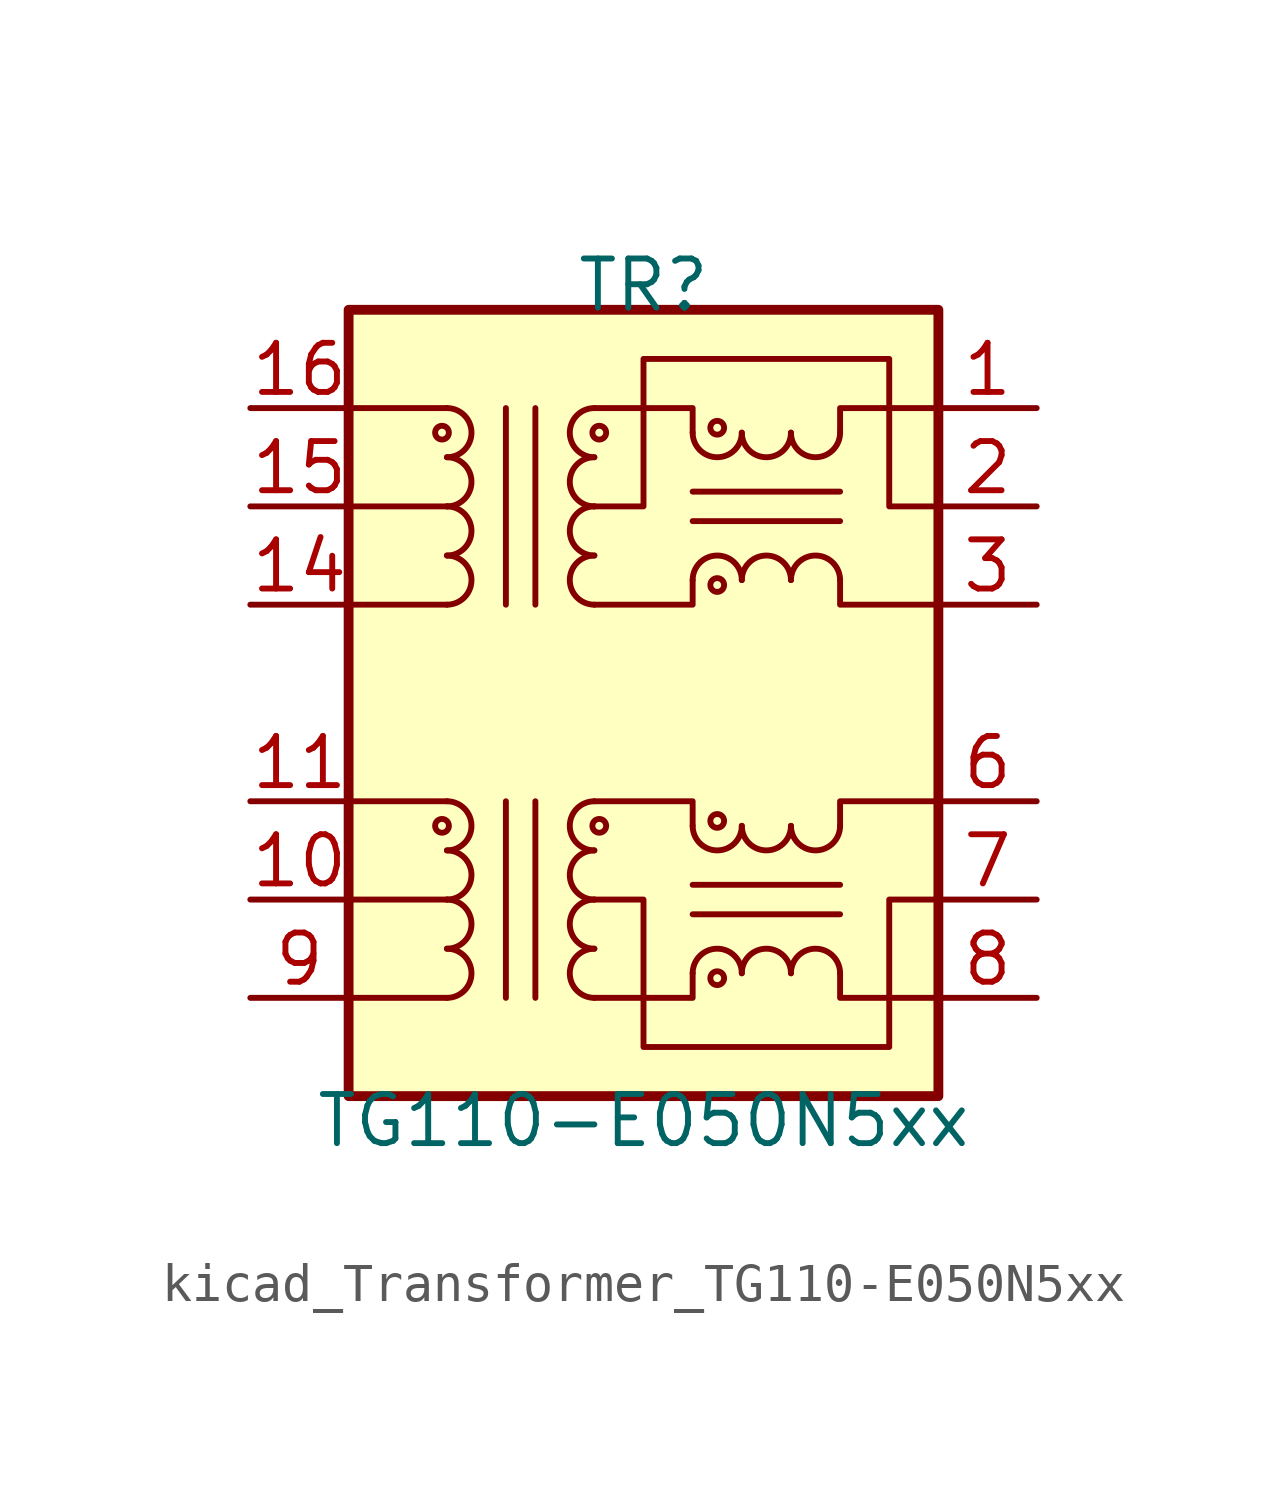
<source format=kicad_sym>
(kicad_symbol_lib
  (version 20220914)
  (generator kicad_symbol_editor)
  (symbol "kicad_Transformer_TG110-E050N5xx"
    (pin_names hide)
    (property "Reference" "TR"
      (at 0 10.795 0)
      (effects (font (size 1.27 1.27))))
    (property "Value" "TG110-E050N5xx"
      (at 0 -10.795 0)
      (effects (font (size 1.27 1.27))))
    (symbol "kicad_Transformer_TG110-E050N5xx_0_1"
      (rectangle (start -7.62 10.16) (end 7.62 -10.16) (stroke (width 0.254) (type default)) (fill (type background)))
      (circle (center -5.207 -3.175) (radius 0.178) (stroke (width 0) (type default)) (fill (type none)))
      (arc (start -5.08 -3.81) (mid -4.4477 -3.175) (end -5.08 -2.54) (stroke (width 0) (type default)) (fill (type none)))
      (polyline (pts (xy -5.08 -7.62) (xy -7.62 -7.62)) (stroke (width 0) (type default)) (fill (type none)))
      (polyline (pts (xy -5.08 -5.08) (xy -7.62 -5.08)) (stroke (width 0) (type default)) (fill (type none)))
      (polyline (pts (xy -5.08 -2.54) (xy -7.62 -2.54)) (stroke (width 0) (type default)) (fill (type none)))
      (polyline (pts (xy -3.556 -7.62) (xy -3.556 -2.54)) (stroke (width 0) (type default)) (fill (type none)))
      (polyline (pts (xy -3.556 7.62) (xy -3.556 2.54)) (stroke (width 0) (type default)) (fill (type none)))
      (polyline (pts (xy -2.794 -2.54) (xy -2.794 -7.62)) (stroke (width 0) (type default)) (fill (type none)))
      (polyline (pts (xy -2.794 2.54) (xy -2.794 7.62)) (stroke (width 0) (type default)) (fill (type none)))
      (polyline (pts (xy 1.27 -5.461) (xy 5.08 -5.461)) (stroke (width 0) (type default)) (fill (type none)))
      (polyline (pts (xy 1.27 -4.699) (xy 5.08 -4.699)) (stroke (width 0) (type default)) (fill (type none)))
      (polyline (pts (xy -1.27 -7.62) (xy 1.27 -7.62) (xy 1.27 -6.985)) (stroke (width 0) (type default)) (fill (type none)))
      (polyline (pts (xy 1.27 -3.175) (xy 1.27 -2.54) (xy -1.27 -2.54)) (stroke (width 0) (type default)) (fill (type none)))
      (polyline (pts (xy 5.08 -6.985) (xy 5.08 -7.62) (xy 7.62 -7.62)) (stroke (width 0) (type default)) (fill (type none)))
      (polyline (pts (xy 5.08 -3.175) (xy 5.08 -2.54) (xy 7.62 -2.54)) (stroke (width 0) (type default)) (fill (type none)))
      (polyline (pts (xy -1.27 -5.08) (xy 0 -5.08) (xy 0 -8.89) (xy 6.35 -8.89) (xy 6.35 -5.08) (xy 7.62 -5.08)) (stroke (width 0) (type default)) (fill (type none))))
    (symbol "kicad_Transformer_TG110-E050N5xx_1_1"
      (circle (center -5.207 6.985) (radius 0.178) (stroke (width 0) (type default)) (fill (type none)))
      (arc (start -5.08 -7.62) (mid -4.4477 -6.985) (end -5.08 -6.35) (stroke (width 0) (type default)) (fill (type none)))
      (arc (start -5.08 -6.35) (mid -4.4477 -5.715) (end -5.08 -5.08) (stroke (width 0) (type default)) (fill (type none)))
      (arc (start -5.08 -5.08) (mid -4.4477 -4.445) (end -5.08 -3.81) (stroke (width 0) (type default)) (fill (type none)))
      (arc (start -5.08 2.54) (mid -4.4477 3.175) (end -5.08 3.81) (stroke (width 0) (type default)) (fill (type none)))
      (arc (start -5.08 3.81) (mid -4.4477 4.445) (end -5.08 5.08) (stroke (width 0) (type default)) (fill (type none)))
      (arc (start -5.08 5.08) (mid -4.4477 5.715) (end -5.08 6.35) (stroke (width 0) (type default)) (fill (type none)))
      (arc (start -5.08 6.35) (mid -4.4477 6.985) (end -5.08 7.62) (stroke (width 0) (type default)) (fill (type none)))
      (arc (start -1.27 -6.35) (mid -1.9023 -6.985) (end -1.27 -7.62) (stroke (width 0) (type default)) (fill (type none)))
      (arc (start -1.27 -5.08) (mid -1.9023 -5.715) (end -1.27 -6.35) (stroke (width 0) (type default)) (fill (type none)))
      (arc (start -1.27 -3.81) (mid -1.9023 -4.445) (end -1.27 -5.08) (stroke (width 0) (type default)) (fill (type none)))
      (arc (start -1.27 -2.54) (mid -1.9023 -3.175) (end -1.27 -3.81) (stroke (width 0) (type default)) (fill (type none)))
      (arc (start -1.27 3.81) (mid -1.9023 3.175) (end -1.27 2.54) (stroke (width 0) (type default)) (fill (type none)))
      (arc (start -1.27 5.08) (mid -1.9023 4.445) (end -1.27 3.81) (stroke (width 0) (type default)) (fill (type none)))
      (arc (start -1.27 6.35) (mid -1.9023 5.715) (end -1.27 5.08) (stroke (width 0) (type default)) (fill (type none)))
      (arc (start -1.27 7.62) (mid -1.9023 6.985) (end -1.27 6.35) (stroke (width 0) (type default)) (fill (type none)))
      (circle (center -1.143 -3.175) (radius 0.178) (stroke (width 0) (type default)) (fill (type none)))
      (circle (center -1.143 6.985) (radius 0.178) (stroke (width 0) (type default)) (fill (type none)))
      (polyline (pts (xy -5.08 2.54) (xy -7.62 2.54)) (stroke (width 0) (type default)) (fill (type none)))
      (polyline (pts (xy -5.08 5.08) (xy -7.62 5.08)) (stroke (width 0) (type default)) (fill (type none)))
      (polyline (pts (xy -5.08 7.62) (xy -7.62 7.62)) (stroke (width 0) (type default)) (fill (type none)))
      (polyline (pts (xy 1.27 4.699) (xy 5.08 4.699)) (stroke (width 0) (type default)) (fill (type none)))
      (polyline (pts (xy 1.27 5.461) (xy 5.08 5.461)) (stroke (width 0) (type default)) (fill (type none)))
      (polyline (pts (xy -1.27 2.54) (xy 1.27 2.54) (xy 1.27 3.175)) (stroke (width 0) (type default)) (fill (type none)))
      (polyline (pts (xy 1.27 6.985) (xy 1.27 7.62) (xy -1.27 7.62)) (stroke (width 0) (type default)) (fill (type none)))
      (polyline (pts (xy 5.08 3.175) (xy 5.08 2.54) (xy 7.62 2.54)) (stroke (width 0) (type default)) (fill (type none)))
      (polyline (pts (xy 5.08 6.985) (xy 5.08 7.62) (xy 7.62 7.62)) (stroke (width 0) (type default)) (fill (type none)))
      (polyline (pts (xy 7.62 5.08) (xy 6.35 5.08) (xy 6.35 8.89) (xy 0 8.89) (xy 0 5.08) (xy -1.27 5.08)) (stroke (width 0) (type default)) (fill (type none)))
      (arc (start 1.27 -3.175) (mid 1.905 -3.8073) (end 2.54 -3.175) (stroke (width 0) (type default)) (fill (type none)))
      (arc (start 1.27 6.985) (mid 1.905 6.3527) (end 2.54 6.985) (stroke (width 0) (type default)) (fill (type none)))
      (circle (center 1.905 -7.112) (radius 0.178) (stroke (width 0) (type default)) (fill (type none)))
      (circle (center 1.905 -3.048) (radius 0.178) (stroke (width 0) (type default)) (fill (type none)))
      (circle (center 1.905 3.048) (radius 0.178) (stroke (width 0) (type default)) (fill (type none)))
      (circle (center 1.905 7.112) (radius 0.178) (stroke (width 0) (type default)) (fill (type none)))
      (arc (start 2.54 -6.985) (mid 1.905 -6.3527) (end 1.27 -6.985) (stroke (width 0) (type default)) (fill (type none)))
      (arc (start 2.54 -3.175) (mid 3.175 -3.8073) (end 3.81 -3.175) (stroke (width 0) (type default)) (fill (type none)))
      (arc (start 2.54 3.175) (mid 1.905 3.8073) (end 1.27 3.175) (stroke (width 0) (type default)) (fill (type none)))
      (arc (start 2.54 6.985) (mid 3.175 6.3527) (end 3.81 6.985) (stroke (width 0) (type default)) (fill (type none)))
      (arc (start 3.81 -6.985) (mid 3.175 -6.3527) (end 2.54 -6.985) (stroke (width 0) (type default)) (fill (type none)))
      (arc (start 3.81 -3.175) (mid 4.445 -3.8073) (end 5.08 -3.175) (stroke (width 0) (type default)) (fill (type none)))
      (arc (start 3.81 3.175) (mid 3.175 3.8073) (end 2.54 3.175) (stroke (width 0) (type default)) (fill (type none)))
      (arc (start 3.81 6.985) (mid 4.445 6.3527) (end 5.08 6.985) (stroke (width 0) (type default)) (fill (type none)))
      (arc (start 5.08 -6.985) (mid 4.445 -6.3527) (end 3.81 -6.985) (stroke (width 0) (type default)) (fill (type none)))
      (arc (start 5.08 3.175) (mid 4.445 3.8073) (end 3.81 3.175) (stroke (width 0) (type default)) (fill (type none)))
      (pin passive line (at 10.16 7.62 180) (length 2.54) (name "TX-" (effects (font (size 1.27 1.27)))) (number "1" (effects (font (size 1.27 1.27)))))
      (pin passive line (at -10.16 -5.08 0) (length 2.54) (name "C_RD" (effects (font (size 1.27 1.27)))) (number "10" (effects (font (size 1.27 1.27)))))
      (pin passive line (at -10.16 -2.54 0) (length 2.54) (name "RD-" (effects (font (size 1.27 1.27)))) (number "11" (effects (font (size 1.27 1.27)))))
      (pin no_connect line (at -2.54 -10.16 90) (length 2.54) hide (name "NC" (effects (font (size 1.27 1.27)))) (number "12" (effects (font (size 1.27 1.27)))))
      (pin no_connect line (at 2.54 -10.16 90) (length 2.54) hide (name "NC" (effects (font (size 1.27 1.27)))) (number "13" (effects (font (size 1.27 1.27)))))
      (pin passive line (at -10.16 2.54 0) (length 2.54) (name "TD+" (effects (font (size 1.27 1.27)))) (number "14" (effects (font (size 1.27 1.27)))))
      (pin passive line (at -10.16 5.08 0) (length 2.54) (name "C_TD" (effects (font (size 1.27 1.27)))) (number "15" (effects (font (size 1.27 1.27)))))
      (pin passive line (at -10.16 7.62 0) (length 2.54) (name "TD-" (effects (font (size 1.27 1.27)))) (number "16" (effects (font (size 1.27 1.27)))))
      (pin passive line (at 10.16 5.08 180) (length 2.54) (name "C_TX" (effects (font (size 1.27 1.27)))) (number "2" (effects (font (size 1.27 1.27)))))
      (pin passive line (at 10.16 2.54 180) (length 2.54) (name "TX+" (effects (font (size 1.27 1.27)))) (number "3" (effects (font (size 1.27 1.27)))))
      (pin no_connect line (at -2.54 10.16 270) (length 2.54) hide (name "NC" (effects (font (size 1.27 1.27)))) (number "4" (effects (font (size 1.27 1.27)))))
      (pin no_connect line (at 2.54 10.16 270) (length 2.54) hide (name "NC" (effects (font (size 1.27 1.27)))) (number "5" (effects (font (size 1.27 1.27)))))
      (pin passive line (at 10.16 -2.54 180) (length 2.54) (name "RX-" (effects (font (size 1.27 1.27)))) (number "6" (effects (font (size 1.27 1.27)))))
      (pin passive line (at 10.16 -5.08 180) (length 2.54) (name "C_RX" (effects (font (size 1.27 1.27)))) (number "7" (effects (font (size 1.27 1.27)))))
      (pin passive line (at 10.16 -7.62 180) (length 2.54) (name "RX+" (effects (font (size 1.27 1.27)))) (number "8" (effects (font (size 1.27 1.27)))))
      (pin passive line (at -10.16 -7.62 0) (length 2.54) (name "RD+" (effects (font (size 1.27 1.27)))) (number "9" (effects (font (size 1.27 1.27))))))))
</source>
